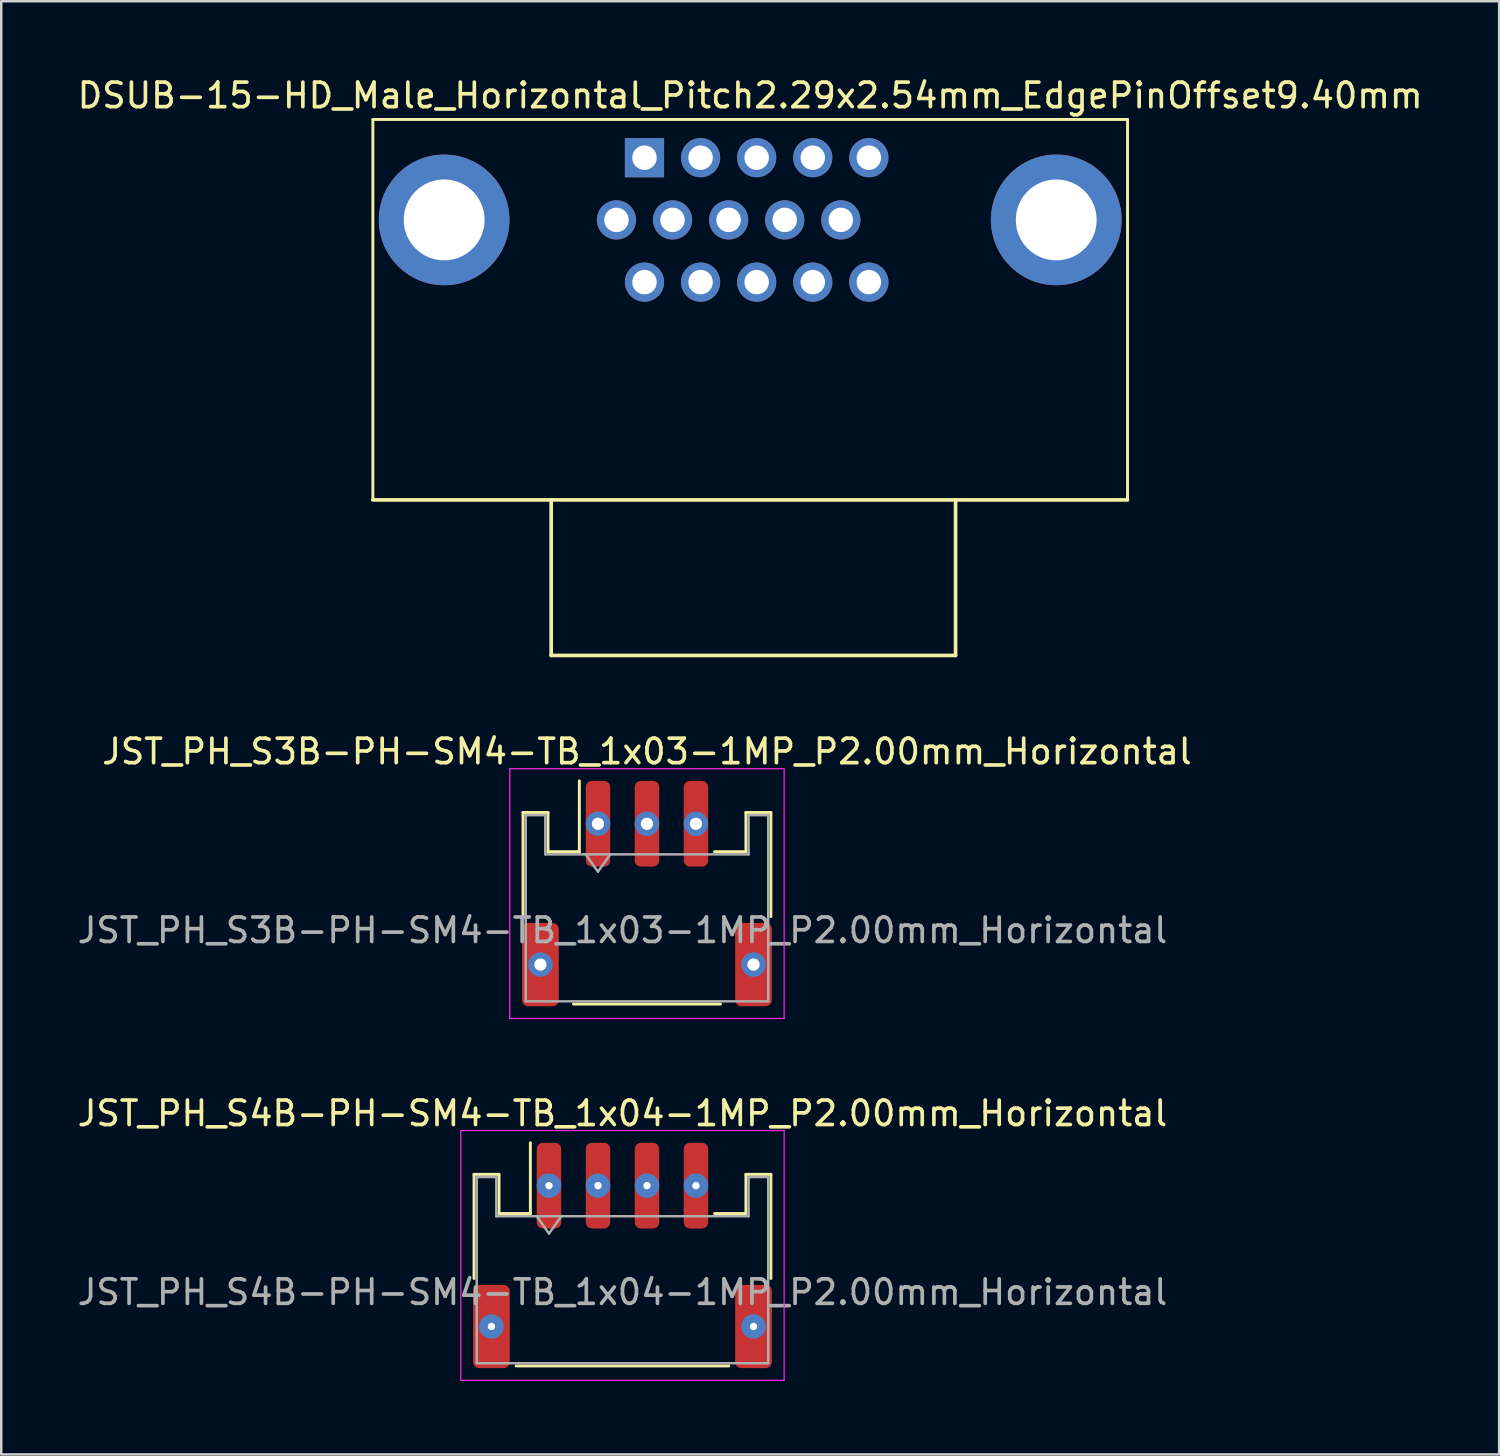
<source format=kicad_pcb>
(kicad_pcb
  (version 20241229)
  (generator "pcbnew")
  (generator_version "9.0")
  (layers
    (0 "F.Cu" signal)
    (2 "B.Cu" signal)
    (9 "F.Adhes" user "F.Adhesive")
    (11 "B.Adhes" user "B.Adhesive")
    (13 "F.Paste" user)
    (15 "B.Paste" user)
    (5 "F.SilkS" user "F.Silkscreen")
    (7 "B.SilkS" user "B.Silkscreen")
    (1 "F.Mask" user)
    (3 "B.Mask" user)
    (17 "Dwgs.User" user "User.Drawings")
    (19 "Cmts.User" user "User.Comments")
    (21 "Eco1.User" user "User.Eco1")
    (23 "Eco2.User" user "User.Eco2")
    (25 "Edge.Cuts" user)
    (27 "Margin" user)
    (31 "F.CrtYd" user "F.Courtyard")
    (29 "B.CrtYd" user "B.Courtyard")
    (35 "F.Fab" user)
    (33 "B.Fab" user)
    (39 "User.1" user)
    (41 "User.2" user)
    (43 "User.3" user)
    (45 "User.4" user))
  (footprint "DSUB-15-HD_Male_Horizontal_Pitch2.29x2.54mm_EdgePinOffset9.40mm"
    (layer "F.Cu")
    (at 23.262 3.388)
    (property "Reference" "DSUB-15-HD_Male_Horizontal_Pitch2.29x2.54mm_EdgePinOffset9.40mm" (at 4.315 -2.54 0) (layer "F.SilkS") (effects (font (size 1 1) (thickness 0.15))))
    (attr through_hole)
    (fp_line (start -11.089 -1.56) (end 19.721 -1.56) (stroke (width 0.12) (type solid)) (layer "F.SilkS"))
    (fp_line (start -11.089 13.97) (end -11.089 -1.56) (stroke (width 0.12) (type solid)) (layer "F.SilkS"))
    (fp_line (start -11.089 13.97) (end -3.81 13.97) (stroke (width 0.15) (type solid)) (layer "F.SilkS"))
    (fp_line (start -3.81 13.97) (end -3.81 20.32) (stroke (width 0.15) (type solid)) (layer "F.SilkS"))
    (fp_line (start -3.81 13.97) (end 12.7 13.97) (stroke (width 0.15) (type solid)) (layer "F.SilkS"))
    (fp_line (start -3.81 20.32) (end 12.7 20.32) (stroke (width 0.15) (type solid)) (layer "F.SilkS"))
    (fp_line (start 12.7 13.97) (end 19.721 13.97) (stroke (width 0.15) (type solid)) (layer "F.SilkS"))
    (fp_line (start 12.7 20.32) (end 12.7 13.97) (stroke (width 0.15) (type solid)) (layer "F.SilkS"))
    (fp_line (start 19.721 -1.56) (end 19.721 13.97) (stroke (width 0.12) (type solid)) (layer "F.SilkS"))
    (pad "" thru_hole circle (at -8.179 2.54) (size 5.334 5.334) (drill 3.302) (layers "*.Cu" "*.Mask"))
    (pad "" thru_hole circle (at 16.81 2.54) (size 5.334 5.334) (drill 3.302) (layers "*.Cu" "*.Mask"))
    (pad "1" thru_hole rect (at 0 0) (size 1.6 1.6) (drill 1) (layers "*.Cu" "*.Mask"))
    (pad "2" thru_hole circle (at 2.29 0) (size 1.6 1.6) (drill 1) (layers "*.Cu" "*.Mask"))
    (pad "3" thru_hole circle (at 4.58 0) (size 1.6 1.6) (drill 1) (layers "*.Cu" "*.Mask"))
    (pad "4" thru_hole circle (at 6.87 0) (size 1.6 1.6) (drill 1) (layers "*.Cu" "*.Mask"))
    (pad "5" thru_hole circle (at 9.16 0) (size 1.6 1.6) (drill 1) (layers "*.Cu" "*.Mask"))
    (pad "6" thru_hole circle (at -1.145 2.54) (size 1.6 1.6) (drill 1) (layers "*.Cu" "*.Mask"))
    (pad "7" thru_hole circle (at 1.145 2.54) (size 1.6 1.6) (drill 1) (layers "*.Cu" "*.Mask"))
    (pad "8" thru_hole circle (at 3.435 2.54) (size 1.6 1.6) (drill 1) (layers "*.Cu" "*.Mask"))
    (pad "9" thru_hole circle (at 5.725 2.54) (size 1.6 1.6) (drill 1) (layers "*.Cu" "*.Mask"))
    (pad "10" thru_hole circle (at 8.015 2.54) (size 1.6 1.6) (drill 1) (layers "*.Cu" "*.Mask"))
    (pad "11" thru_hole circle (at 0 5.08) (size 1.6 1.6) (drill 1) (layers "*.Cu" "*.Mask"))
    (pad "12" thru_hole circle (at 2.29 5.08) (size 1.6 1.6) (drill 1) (layers "*.Cu" "*.Mask"))
    (pad "13" thru_hole circle (at 4.58 5.08) (size 1.6 1.6) (drill 1) (layers "*.Cu" "*.Mask"))
    (pad "14" thru_hole circle (at 6.87 5.08) (size 1.6 1.6) (drill 1) (layers "*.Cu" "*.Mask"))
    (pad "15" thru_hole circle (at 9.16 5.08) (size 1.6 1.6) (drill 1) (layers "*.Cu" "*.Mask")))
  (footprint "JST_PH_S3B-PH-SM4-TB_1x03-1MP_P2.00mm_Horizontal"
    (layer "F.Cu")
    (at 23.363 33.431)
    (property "Reference" "JST_PH_S3B-PH-SM4-TB_1x03-1MP_P2.00mm_Horizontal" (at 0 -5.8 0) (layer "F.SilkS") (effects (font (size 1 1) (thickness 0.15))))
    (fp_line (start -5.06 -3.31) (end -4.04 -3.31) (stroke (width 0.12) (type solid)) (layer "F.SilkS"))
    (fp_line (start -5.06 0.94) (end -5.06 -3.31) (stroke (width 0.12) (type solid)) (layer "F.SilkS"))
    (fp_line (start -4.04 -3.31) (end -4.04 -1.71) (stroke (width 0.12) (type solid)) (layer "F.SilkS"))
    (fp_line (start -4.04 -1.71) (end -2.76 -1.71) (stroke (width 0.12) (type solid)) (layer "F.SilkS"))
    (fp_line (start -3 4.51) (end 3 4.51) (stroke (width 0.12) (type solid)) (layer "F.SilkS"))
    (fp_line (start -2.76 -1.71) (end -2.76 -4.6) (stroke (width 0.12) (type solid)) (layer "F.SilkS"))
    (fp_line (start 4.04 -3.31) (end 4.04 -1.71) (stroke (width 0.12) (type solid)) (layer "F.SilkS"))
    (fp_line (start 4.04 -1.71) (end 2.76 -1.71) (stroke (width 0.12) (type solid)) (layer "F.SilkS"))
    (fp_line (start 5.06 -3.31) (end 4.04 -3.31) (stroke (width 0.12) (type solid)) (layer "F.SilkS"))
    (fp_line (start 5.06 0.94) (end 5.06 -3.31) (stroke (width 0.12) (type solid)) (layer "F.SilkS"))
    (fp_line (start -5.6 -5.1) (end -5.6 5.1) (stroke (width 0.05) (type solid)) (layer "F.CrtYd"))
    (fp_line (start -5.6 5.1) (end 5.6 5.1) (stroke (width 0.05) (type solid)) (layer "F.CrtYd"))
    (fp_line (start 5.6 -5.1) (end -5.6 -5.1) (stroke (width 0.05) (type solid)) (layer "F.CrtYd"))
    (fp_line (start 5.6 5.1) (end 5.6 -5.1) (stroke (width 0.05) (type solid)) (layer "F.CrtYd"))
    (fp_line (start -4.95 -3.2) (end -4.95 4.4) (stroke (width 0.1) (type solid)) (layer "F.Fab"))
    (fp_line (start -4.95 -3.2) (end -4.15 -3.2) (stroke (width 0.1) (type solid)) (layer "F.Fab"))
    (fp_line (start -4.95 4.4) (end 4.95 4.4) (stroke (width 0.1) (type solid)) (layer "F.Fab"))
    (fp_line (start -4.15 -3.2) (end -4.15 -1.6) (stroke (width 0.1) (type solid)) (layer "F.Fab"))
    (fp_line (start -4.15 -1.6) (end 4.15 -1.6) (stroke (width 0.1) (type solid)) (layer "F.Fab"))
    (fp_line (start -2.5 -1.6) (end -2 -0.893) (stroke (width 0.1) (type solid)) (layer "F.Fab"))
    (fp_line (start -2 -0.893) (end -1.5 -1.6) (stroke (width 0.1) (type solid)) (layer "F.Fab"))
    (fp_line (start 4.15 -3.2) (end 4.95 -3.2) (stroke (width 0.1) (type solid)) (layer "F.Fab"))
    (fp_line (start 4.15 -1.6) (end 4.15 -3.2) (stroke (width 0.1) (type solid)) (layer "F.Fab"))
    (fp_line (start 4.95 -3.2) (end 4.95 4.4) (stroke (width 0.1) (type solid)) (layer "F.Fab"))
    (fp_text user "${REFERENCE}" (at -1 1.5 0) (layer "F.Fab") (effects (font (size 1 1) (thickness 0.15))))
    (pad "1" thru_hole circle (at -2 -2.85) (size 1 1) (drill 0.5) (layers "*.Cu" "*.Mask"))
    (pad "1" smd roundrect (at -2 -2.85) (size 1 3.5) (layers "F.Cu" "F.Mask" "F.Paste") (roundrect_rratio 0.25))
    (pad "2" thru_hole circle (at 0 -2.85) (size 1 1) (drill 0.5) (layers "*.Cu" "*.Mask"))
    (pad "2" smd roundrect (at 0 -2.85) (size 1 3.5) (layers "F.Cu" "F.Mask" "F.Paste") (roundrect_rratio 0.25))
    (pad "3" thru_hole circle (at 2 -2.85) (size 1 1) (drill 0.5) (layers "*.Cu" "*.Mask"))
    (pad "3" smd roundrect (at 2 -2.85) (size 1 3.5) (layers "F.Cu" "F.Mask" "F.Paste") (roundrect_rratio 0.25))
    (pad "MP" thru_hole circle (at -4.35 2.9) (size 1 1) (drill 0.5) (layers "*.Cu" "*.Mask"))
    (pad "MP" smd roundrect (at -4.35 2.9) (size 1.5 3.4) (layers "F.Cu" "F.Mask" "F.Paste") (roundrect_rratio 0.167))
    (pad "MP" thru_hole circle (at 4.35 2.9) (size 1 1) (drill 0.5) (layers "*.Cu" "*.Mask"))
    (pad "MP" smd roundrect (at 4.35 2.9) (size 1.5 3.4) (layers "F.Cu" "F.Mask" "F.Paste") (roundrect_rratio 0.167)))
  (footprint "JST_PH_S4B-PH-SM4-TB_1x04-1MP_P2.00mm_Horizontal"
    (layer "F.Cu")
    (at 22.363 48.205)
    (property "Reference" "JST_PH_S4B-PH-SM4-TB_1x04-1MP_P2.00mm_Horizontal" (at 0 -5.8 0) (layer "F.SilkS") (effects (font (size 1 1) (thickness 0.15))))
    (fp_line (start -6.06 -3.31) (end -5.04 -3.31) (stroke (width 0.12) (type solid)) (layer "F.SilkS"))
    (fp_line (start -6.06 0.94) (end -6.06 -3.31) (stroke (width 0.12) (type solid)) (layer "F.SilkS"))
    (fp_line (start -5.04 -3.31) (end -5.04 -1.71) (stroke (width 0.12) (type solid)) (layer "F.SilkS"))
    (fp_line (start -5.04 -1.71) (end -3.76 -1.71) (stroke (width 0.12) (type solid)) (layer "F.SilkS"))
    (fp_line (start -4.34 4.51) (end 4.34 4.51) (stroke (width 0.12) (type solid)) (layer "F.SilkS"))
    (fp_line (start -3.76 -1.71) (end -3.76 -4.6) (stroke (width 0.12) (type solid)) (layer "F.SilkS"))
    (fp_line (start 5.04 -3.31) (end 5.04 -1.71) (stroke (width 0.12) (type solid)) (layer "F.SilkS"))
    (fp_line (start 5.04 -1.71) (end 3.76 -1.71) (stroke (width 0.12) (type solid)) (layer "F.SilkS"))
    (fp_line (start 6.06 -3.31) (end 5.04 -3.31) (stroke (width 0.12) (type solid)) (layer "F.SilkS"))
    (fp_line (start 6.06 0.94) (end 6.06 -3.31) (stroke (width 0.12) (type solid)) (layer "F.SilkS"))
    (fp_line (start -6.6 -5.1) (end -6.6 5.1) (stroke (width 0.05) (type solid)) (layer "F.CrtYd"))
    (fp_line (start -6.6 5.1) (end 6.6 5.1) (stroke (width 0.05) (type solid)) (layer "F.CrtYd"))
    (fp_line (start 6.6 -5.1) (end -6.6 -5.1) (stroke (width 0.05) (type solid)) (layer "F.CrtYd"))
    (fp_line (start 6.6 5.1) (end 6.6 -5.1) (stroke (width 0.05) (type solid)) (layer "F.CrtYd"))
    (fp_line (start -5.95 -3.2) (end -5.95 4.4) (stroke (width 0.1) (type solid)) (layer "F.Fab"))
    (fp_line (start -5.95 -3.2) (end -5.15 -3.2) (stroke (width 0.1) (type solid)) (layer "F.Fab"))
    (fp_line (start -5.95 4.4) (end 5.95 4.4) (stroke (width 0.1) (type solid)) (layer "F.Fab"))
    (fp_line (start -5.15 -3.2) (end -5.15 -1.6) (stroke (width 0.1) (type solid)) (layer "F.Fab"))
    (fp_line (start -5.15 -1.6) (end 5.15 -1.6) (stroke (width 0.1) (type solid)) (layer "F.Fab"))
    (fp_line (start -3.5 -1.6) (end -3 -0.893) (stroke (width 0.1) (type solid)) (layer "F.Fab"))
    (fp_line (start -3 -0.893) (end -2.5 -1.6) (stroke (width 0.1) (type solid)) (layer "F.Fab"))
    (fp_line (start 5.15 -3.2) (end 5.95 -3.2) (stroke (width 0.1) (type solid)) (layer "F.Fab"))
    (fp_line (start 5.15 -1.6) (end 5.15 -3.2) (stroke (width 0.1) (type solid)) (layer "F.Fab"))
    (fp_line (start 5.95 -3.2) (end 5.95 4.4) (stroke (width 0.1) (type solid)) (layer "F.Fab"))
    (fp_text user "${REFERENCE}" (at 0 1.5 0) (layer "F.Fab") (effects (font (size 1 1) (thickness 0.15))))
    (pad "1" thru_hole circle (at -3 -2.85) (size 1 1) (drill 0.3) (layers "*.Cu" "*.Mask"))
    (pad "1" smd roundrect (at -3 -2.85) (size 1 3.5) (layers "F.Cu" "F.Mask" "F.Paste") (roundrect_rratio 0.25))
    (pad "2" thru_hole circle (at -1 -2.85) (size 1 1) (drill 0.3) (layers "*.Cu" "*.Mask"))
    (pad "2" smd roundrect (at -1 -2.85) (size 1 3.5) (layers "F.Cu" "F.Mask" "F.Paste") (roundrect_rratio 0.25))
    (pad "3" thru_hole circle (at 1 -2.85) (size 1 1) (drill 0.3) (layers "*.Cu" "*.Mask"))
    (pad "3" smd roundrect (at 1 -2.85) (size 1 3.5) (layers "F.Cu" "F.Mask" "F.Paste") (roundrect_rratio 0.25))
    (pad "4" thru_hole circle (at 3 -2.85) (size 1 1) (drill 0.3) (layers "*.Cu" "*.Mask"))
    (pad "4" smd roundrect (at 3 -2.85) (size 1 3.5) (layers "F.Cu" "F.Mask" "F.Paste") (roundrect_rratio 0.25))
    (pad "MP" thru_hole circle (at -5.35 2.9) (size 1 1) (drill 0.3) (layers "*.Cu" "*.Mask"))
    (pad "MP" smd roundrect (at -5.35 2.9) (size 1.5 3.4) (layers "F.Cu" "F.Mask" "F.Paste") (roundrect_rratio 0.167))
    (pad "MP" thru_hole circle (at 5.35 2.9) (size 1 1) (drill 0.3) (layers "*.Cu" "*.Mask"))
    (pad "MP" smd roundrect (at 5.35 2.9) (size 1.5 3.4) (layers "F.Cu" "F.Mask" "F.Paste") (roundrect_rratio 0.167)))
  (gr_rect
    (start -3 -3)
    (end 58.155 56.33)
    (stroke (width 0.1) (type default))
    (fill no)
    (layer "Edge.Cuts")))
</source>
